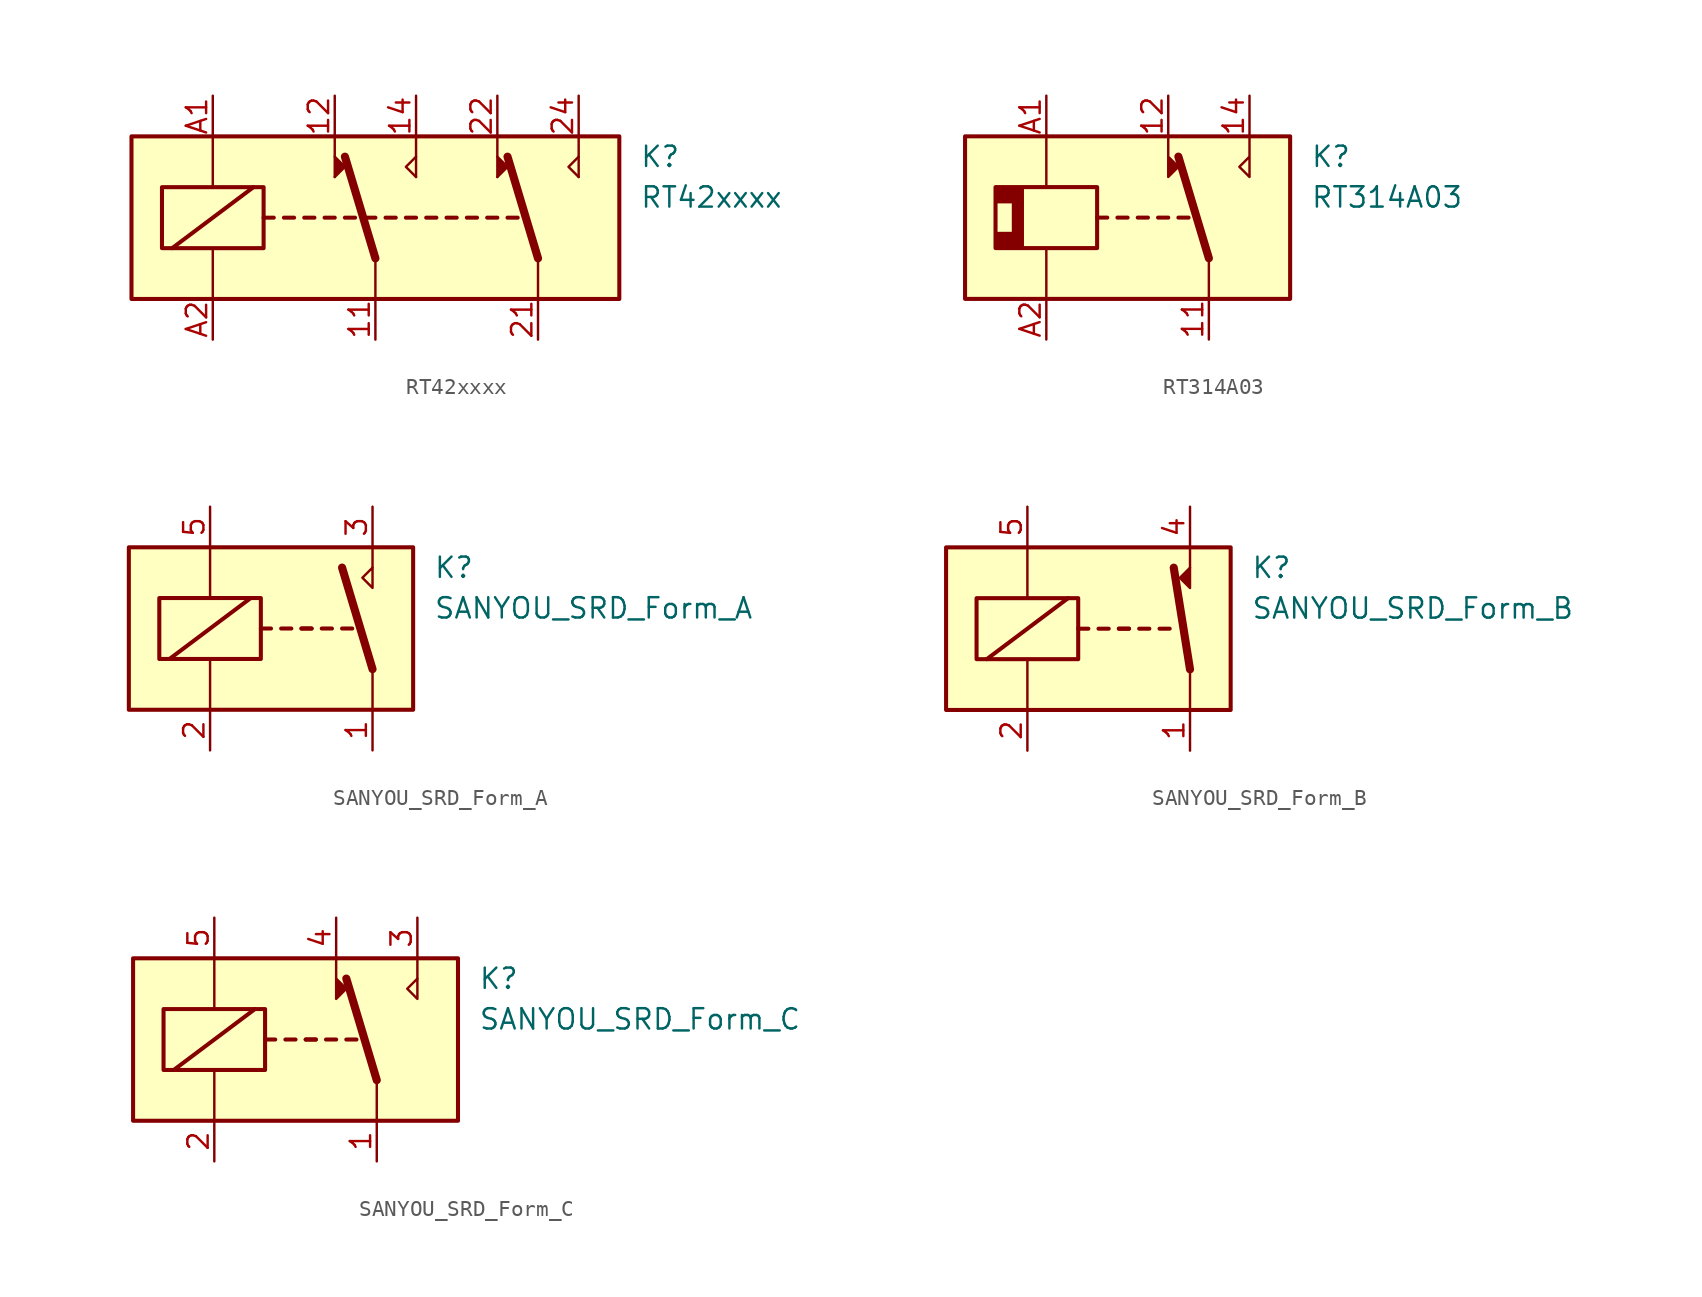
<source format=kicad_sym>
(kicad_symbol_lib
  (version 20201005)
  (generator kicad_symbol_editor)
  (symbol "RT42xxxx"
    (pin_names
      (offset 1.016))
    (property "Reference" "K"
      (at 16.51 3.81 0)
      (effects (font (size 1.27 1.27)) (justify left)))
    (property "Value" "RT42xxxx"
      (at 16.51 1.27 0)
      (effects (font (size 1.27 1.27)) (justify left)))
    (symbol "RT42xxxx_0_1"
      (rectangle (start -15.24 5.08) (end 15.24 -5.08) (stroke (width 0.254)) (fill (type background)))
      (rectangle (start -13.335 1.905) (end -6.985 -1.905) (stroke (width 0.254)) (fill (type none)))
      (polyline (pts (xy -12.7 -1.905) (xy -7.62 1.905)) (stroke (width 0.254)) (fill (type none)))
      (polyline (pts (xy -10.16 -5.08) (xy -10.16 -1.905)) (stroke (width 0)) (fill (type none)))
      (polyline (pts (xy -10.16 5.08) (xy -10.16 1.905)) (stroke (width 0)) (fill (type none)))
      (polyline (pts (xy -6.985 0) (xy -6.35 0)) (stroke (width 0.254)) (fill (type none)))
      (polyline (pts (xy -5.715 0) (xy -5.08 0)) (stroke (width 0.254)) (fill (type none)))
      (polyline (pts (xy -4.445 0) (xy -3.81 0)) (stroke (width 0.254)) (fill (type none)))
      (polyline (pts (xy -3.175 0) (xy -2.54 0)) (stroke (width 0.254)) (fill (type none)))
      (polyline (pts (xy -2.54 2.54) (xy -2.54 5.08)) (stroke (width 0)) (fill (type none)))
      (polyline (pts (xy -1.905 0) (xy -1.27 0)) (stroke (width 0.254)) (fill (type none)))
      (polyline (pts (xy -0.635 0) (xy 0 0)) (stroke (width 0.254)) (fill (type none)))
      (polyline (pts (xy 0 -2.54) (xy -1.905 3.81)) (stroke (width 0.508)) (fill (type none)))
      (polyline (pts (xy 0 -2.54) (xy 0 -5.08)) (stroke (width 0)) (fill (type none)))
      (polyline (pts (xy 0.635 0) (xy 1.27 0)) (stroke (width 0.254)) (fill (type none)))
      (polyline (pts (xy 1.905 0) (xy 2.54 0)) (stroke (width 0.254)) (fill (type none)))
      (polyline (pts (xy 2.54 2.54) (xy 2.54 5.08)) (stroke (width 0)) (fill (type none)))
      (polyline (pts (xy 3.175 0) (xy 3.81 0)) (stroke (width 0.254)) (fill (type none)))
      (polyline (pts (xy 4.445 0) (xy 5.08 0)) (stroke (width 0.254)) (fill (type none)))
      (polyline (pts (xy 5.715 0) (xy 6.35 0)) (stroke (width 0.254)) (fill (type none)))
      (polyline (pts (xy 6.985 0) (xy 7.62 0)) (stroke (width 0.254)) (fill (type none)))
      (polyline (pts (xy 7.62 2.54) (xy 7.62 5.08)) (stroke (width 0)) (fill (type none)))
      (polyline (pts (xy 8.255 0) (xy 8.89 0)) (stroke (width 0.254)) (fill (type none)))
      (polyline (pts (xy 10.16 -2.54) (xy 8.255 3.81)) (stroke (width 0.508)) (fill (type none)))
      (polyline (pts (xy 10.16 -2.54) (xy 10.16 -5.08)) (stroke (width 0)) (fill (type none)))
      (polyline (pts (xy 12.7 2.54) (xy 12.7 5.08)) (stroke (width 0)) (fill (type none)))
      (polyline (pts (xy -2.54 2.54) (xy -1.905 3.175) (xy -2.54 3.81)) (stroke (width 0)) (fill (type outline)))
      (polyline (pts (xy 2.54 2.54) (xy 1.905 3.175) (xy 2.54 3.81)) (stroke (width 0)) (fill (type none)))
      (polyline (pts (xy 7.62 2.54) (xy 8.255 3.175) (xy 7.62 3.81)) (stroke (width 0)) (fill (type outline)))
      (polyline (pts (xy 12.7 2.54) (xy 12.065 3.175) (xy 12.7 3.81)) (stroke (width 0)) (fill (type none))))
    (symbol "RT42xxxx_1_1"
      (pin passive line (at 0 -7.62 90) (length 2.54) (name "~" (effects (font (size 1.27 1.27)))) (number "11" (effects (font (size 1.27 1.27)))))
      (pin passive line (at -2.54 7.62 270) (length 2.54) (name "~" (effects (font (size 1.27 1.27)))) (number "12" (effects (font (size 1.27 1.27)))))
      (pin passive line (at 2.54 7.62 270) (length 2.54) (name "~" (effects (font (size 1.27 1.27)))) (number "14" (effects (font (size 1.27 1.27)))))
      (pin passive line (at 10.16 -7.62 90) (length 2.54) (name "~" (effects (font (size 1.27 1.27)))) (number "21" (effects (font (size 1.27 1.27)))))
      (pin passive line (at 7.62 7.62 270) (length 2.54) (name "~" (effects (font (size 1.27 1.27)))) (number "22" (effects (font (size 1.27 1.27)))))
      (pin passive line (at 12.7 7.62 270) (length 2.54) (name "~" (effects (font (size 1.27 1.27)))) (number "24" (effects (font (size 1.27 1.27)))))
      (pin passive line (at -10.16 7.62 270) (length 2.54) (name "~" (effects (font (size 1.27 1.27)))) (number "A1" (effects (font (size 1.27 1.27)))))
      (pin passive line (at -10.16 -7.62 90) (length 2.54) (name "~" (effects (font (size 1.27 1.27)))) (number "A2" (effects (font (size 1.27 1.27)))))))
  (symbol "RT314A03"
    (property "Reference" "K"
      (at 11.43 3.81 0)
      (effects (font (size 1.27 1.27)) (justify left)))
    (property "Value" "RT314A03"
      (at 11.43 1.27 0)
      (effects (font (size 1.27 1.27)) (justify left)))
    (symbol "RT314A03_0_1"
      (rectangle (start -10.16 5.08) (end 10.16 -5.08) (stroke (width 0.254)) (fill (type background)))
      (rectangle (start -8.255 1.905) (end -1.905 -1.905) (stroke (width 0.254)) (fill (type none)))
      (rectangle (start -8.128 -1.016) (end -6.604 -1.778) (stroke (width 0.254)) (fill (type outline)))
      (rectangle (start -8.128 1.778) (end -6.604 1.016) (stroke (width 0.254)) (fill (type outline)))
      (rectangle (start -7.112 -1.016) (end -6.604 1.016) (stroke (width 0.254)) (fill (type outline)))
      (polyline (pts (xy -5.08 -5.08) (xy -5.08 -1.905)) (stroke (width 0)) (fill (type none)))
      (polyline (pts (xy -5.08 5.08) (xy -5.08 1.905)) (stroke (width 0)) (fill (type none)))
      (polyline (pts (xy -1.905 0) (xy -1.27 0)) (stroke (width 0.254)) (fill (type none)))
      (polyline (pts (xy -0.635 0) (xy 0 0)) (stroke (width 0.254)) (fill (type none)))
      (polyline (pts (xy 0.635 0) (xy 1.27 0)) (stroke (width 0.254)) (fill (type none)))
      (polyline (pts (xy 1.905 0) (xy 2.54 0)) (stroke (width 0.254)) (fill (type none)))
      (polyline (pts (xy 3.175 0) (xy 3.81 0)) (stroke (width 0.254)) (fill (type none)))
      (polyline (pts (xy 5.08 -2.54) (xy 3.175 3.81)) (stroke (width 0.508)) (fill (type none)))
      (polyline (pts (xy 5.08 -2.54) (xy 5.08 -5.08)) (stroke (width 0)) (fill (type none)))
      (polyline (pts (xy 2.54 5.08) (xy 2.54 2.54) (xy 3.175 3.175) (xy 2.54 3.81)) (stroke (width 0)) (fill (type outline)))
      (polyline (pts (xy 7.62 5.08) (xy 7.62 2.54) (xy 6.985 3.175) (xy 7.62 3.81)) (stroke (width 0)) (fill (type none))))
    (symbol "RT314A03_1_1"
      (pin passive line (at 5.08 -7.62 90) (length 2.54) (name "~" (effects (font (size 1.27 1.27)))) (number "11" (effects (font (size 1.27 1.27)))))
      (pin passive line (at 2.54 7.62 270) (length 2.54) (name "~" (effects (font (size 1.27 1.27)))) (number "12" (effects (font (size 1.27 1.27)))))
      (pin passive line (at 7.62 7.62 270) (length 2.54) (name "~" (effects (font (size 1.27 1.27)))) (number "14" (effects (font (size 1.27 1.27)))))
      (pin passive line (at -5.08 7.62 270) (length 2.54) (name "~" (effects (font (size 1.27 1.27)))) (number "A1" (effects (font (size 1.27 1.27)))))
      (pin passive line (at -5.08 -7.62 90) (length 2.54) (name "~" (effects (font (size 1.27 1.27)))) (number "A2" (effects (font (size 1.27 1.27)))))))
  (symbol "SANYOU_SRD_Form_A"
    (pin_names
      (offset 1.016))
    (property "Reference" "K"
      (at 8.89 3.81 0)
      (effects (font (size 1.27 1.27)) (justify left)))
    (property "Value" "SANYOU_SRD_Form_A"
      (at 8.89 1.27 0)
      (effects (font (size 1.27 1.27)) (justify left)))
    (symbol "SANYOU_SRD_Form_A_0_0"
      (polyline (pts (xy 5.08 3.81) (xy 5.08 5.08)) (stroke (width 0)) (fill (type none)))
      (polyline (pts (xy 5.08 3.81) (xy 5.08 2.54) (xy 4.445 3.175) (xy 5.08 3.81)) (stroke (width 0)) (fill (type none))))
    (symbol "SANYOU_SRD_Form_A_0_1"
      (rectangle (start -10.16 5.08) (end 7.62 -5.08) (stroke (width 0.254)) (fill (type background)))
      (rectangle (start -8.255 1.905) (end -1.905 -1.905) (stroke (width 0.254)) (fill (type none)))
      (polyline (pts (xy -7.62 -1.905) (xy -2.54 1.905)) (stroke (width 0.254)) (fill (type none)))
      (polyline (pts (xy -5.08 -5.08) (xy -5.08 -1.905)) (stroke (width 0)) (fill (type none)))
      (polyline (pts (xy -5.08 5.08) (xy -5.08 1.905)) (stroke (width 0)) (fill (type none)))
      (polyline (pts (xy -1.905 0) (xy -1.27 0)) (stroke (width 0.254)) (fill (type none)))
      (polyline (pts (xy -0.635 0) (xy 0 0)) (stroke (width 0.254)) (fill (type none)))
      (polyline (pts (xy 0.635 0) (xy 1.27 0)) (stroke (width 0.254)) (fill (type none)))
      (polyline (pts (xy 0.635 0) (xy 1.27 0)) (stroke (width 0.254)) (fill (type none)))
      (polyline (pts (xy 1.905 0) (xy 2.54 0)) (stroke (width 0.254)) (fill (type none)))
      (polyline (pts (xy 3.175 0) (xy 3.81 0)) (stroke (width 0.254)) (fill (type none)))
      (polyline (pts (xy 5.08 -2.54) (xy 3.175 3.81)) (stroke (width 0.508)) (fill (type none)))
      (polyline (pts (xy 5.08 -2.54) (xy 5.08 -5.08)) (stroke (width 0)) (fill (type none))))
    (symbol "SANYOU_SRD_Form_A_1_1"
      (pin passive line (at 5.08 -7.62 90) (length 2.54) (name "~" (effects (font (size 1.27 1.27)))) (number "1" (effects (font (size 1.27 1.27)))))
      (pin passive line (at -5.08 -7.62 90) (length 2.54) (name "~" (effects (font (size 1.27 1.27)))) (number "2" (effects (font (size 1.27 1.27)))))
      (pin passive line (at 5.08 7.62 270) (length 2.54) (name "~" (effects (font (size 1.27 1.27)))) (number "3" (effects (font (size 1.27 1.27)))))
      (pin passive line (at -5.08 7.62 270) (length 2.54) (name "~" (effects (font (size 1.27 1.27)))) (number "5" (effects (font (size 1.27 1.27)))))))
  (symbol "SANYOU_SRD_Form_B"
    (pin_names
      (offset 1.016))
    (property "Reference" "K"
      (at 8.89 3.81 0)
      (effects (font (size 1.27 1.27)) (justify left)))
    (property "Value" "SANYOU_SRD_Form_B"
      (at 8.89 1.27 0)
      (effects (font (size 1.27 1.27)) (justify left)))
    (symbol "SANYOU_SRD_Form_B_0_0"
      (polyline (pts (xy 5.08 3.81) (xy 5.08 5.08)) (stroke (width 0)) (fill (type none))))
    (symbol "SANYOU_SRD_Form_B_0_1"
      (rectangle (start -10.16 5.08) (end 7.62 -5.08) (stroke (width 0.254)) (fill (type background)))
      (rectangle (start -8.255 1.905) (end -1.905 -1.905) (stroke (width 0.254)) (fill (type none)))
      (polyline (pts (xy -7.62 -1.905) (xy -2.54 1.905)) (stroke (width 0.254)) (fill (type none)))
      (polyline (pts (xy -5.08 -5.08) (xy -5.08 -1.905)) (stroke (width 0)) (fill (type none)))
      (polyline (pts (xy -5.08 5.08) (xy -5.08 1.905)) (stroke (width 0)) (fill (type none)))
      (polyline (pts (xy -1.905 0) (xy -1.27 0)) (stroke (width 0.254)) (fill (type none)))
      (polyline (pts (xy -0.635 0) (xy 0 0)) (stroke (width 0.254)) (fill (type none)))
      (polyline (pts (xy 0.635 0) (xy 1.27 0)) (stroke (width 0.254)) (fill (type none)))
      (polyline (pts (xy 0.635 0) (xy 1.27 0)) (stroke (width 0.254)) (fill (type none)))
      (polyline (pts (xy 1.905 0) (xy 2.54 0)) (stroke (width 0.254)) (fill (type none)))
      (polyline (pts (xy 3.175 0) (xy 3.81 0)) (stroke (width 0.254)) (fill (type none)))
      (polyline (pts (xy 5.08 -2.54) (xy 4.064 3.81)) (stroke (width 0.508)) (fill (type none)))
      (polyline (pts (xy 5.08 -2.54) (xy 5.08 -5.08)) (stroke (width 0)) (fill (type none)))
      (polyline (pts (xy 5.08 3.81) (xy 4.445 3.175) (xy 5.08 2.54) (xy 5.08 3.81)) (stroke (width 0)) (fill (type outline))))
    (symbol "SANYOU_SRD_Form_B_1_1"
      (pin passive line (at 5.08 -7.62 90) (length 2.54) (name "~" (effects (font (size 1.27 1.27)))) (number "1" (effects (font (size 1.27 1.27)))))
      (pin passive line (at -5.08 -7.62 90) (length 2.54) (name "~" (effects (font (size 1.27 1.27)))) (number "2" (effects (font (size 1.27 1.27)))))
      (pin passive line (at 5.08 7.62 270) (length 2.54) (name "~" (effects (font (size 1.27 1.27)))) (number "4" (effects (font (size 1.27 1.27)))))
      (pin passive line (at -5.08 7.62 270) (length 2.54) (name "~" (effects (font (size 1.27 1.27)))) (number "5" (effects (font (size 1.27 1.27)))))))
  (symbol "SANYOU_SRD_Form_C"
    (pin_names
      (offset 1.016))
    (property "Reference" "K"
      (at 11.43 3.81 0)
      (effects (font (size 1.27 1.27)) (justify left)))
    (property "Value" "SANYOU_SRD_Form_C"
      (at 11.43 1.27 0)
      (effects (font (size 1.27 1.27)) (justify left)))
    (symbol "SANYOU_SRD_Form_C_0_0"
      (polyline (pts (xy 2.54 3.81) (xy 2.54 5.08)) (stroke (width 0)) (fill (type none)))
      (polyline (pts (xy 7.62 3.81) (xy 7.62 5.08)) (stroke (width 0)) (fill (type none)))
      (polyline (pts (xy 7.62 3.81) (xy 7.62 2.54) (xy 6.985 3.175) (xy 7.62 3.81)) (stroke (width 0)) (fill (type none))))
    (symbol "SANYOU_SRD_Form_C_0_1"
      (rectangle (start -10.16 5.08) (end 10.16 -5.08) (stroke (width 0.254)) (fill (type background)))
      (rectangle (start -8.255 1.905) (end -1.905 -1.905) (stroke (width 0.254)) (fill (type none)))
      (polyline (pts (xy -7.62 -1.905) (xy -2.54 1.905)) (stroke (width 0.254)) (fill (type none)))
      (polyline (pts (xy -5.08 -5.08) (xy -5.08 -1.905)) (stroke (width 0)) (fill (type none)))
      (polyline (pts (xy -5.08 5.08) (xy -5.08 1.905)) (stroke (width 0)) (fill (type none)))
      (polyline (pts (xy -1.905 0) (xy -1.27 0)) (stroke (width 0.254)) (fill (type none)))
      (polyline (pts (xy -0.635 0) (xy 0 0)) (stroke (width 0.254)) (fill (type none)))
      (polyline (pts (xy 0.635 0) (xy 1.27 0)) (stroke (width 0.254)) (fill (type none)))
      (polyline (pts (xy 0.635 0) (xy 1.27 0)) (stroke (width 0.254)) (fill (type none)))
      (polyline (pts (xy 1.905 0) (xy 2.54 0)) (stroke (width 0.254)) (fill (type none)))
      (polyline (pts (xy 3.175 0) (xy 3.81 0)) (stroke (width 0.254)) (fill (type none)))
      (polyline (pts (xy 5.08 -2.54) (xy 3.175 3.81)) (stroke (width 0.508)) (fill (type none)))
      (polyline (pts (xy 5.08 -2.54) (xy 5.08 -5.08)) (stroke (width 0)) (fill (type none))))
    (symbol "SANYOU_SRD_Form_C_1_1"
      (polyline (pts (xy 2.54 3.81) (xy 3.175 3.175) (xy 2.54 2.54) (xy 2.54 3.81)) (stroke (width 0)) (fill (type outline)))
      (pin passive line (at 5.08 -7.62 90) (length 2.54) (name "~" (effects (font (size 1.27 1.27)))) (number "1" (effects (font (size 1.27 1.27)))))
      (pin passive line (at -5.08 -7.62 90) (length 2.54) (name "~" (effects (font (size 1.27 1.27)))) (number "2" (effects (font (size 1.27 1.27)))))
      (pin passive line (at 7.62 7.62 270) (length 2.54) (name "~" (effects (font (size 1.27 1.27)))) (number "3" (effects (font (size 1.27 1.27)))))
      (pin passive line (at 2.54 7.62 270) (length 2.54) (name "~" (effects (font (size 1.27 1.27)))) (number "4" (effects (font (size 1.27 1.27)))))
      (pin passive line (at -5.08 7.62 270) (length 2.54) (name "~" (effects (font (size 1.27 1.27)))) (number "5" (effects (font (size 1.27 1.27))))))))
</source>
